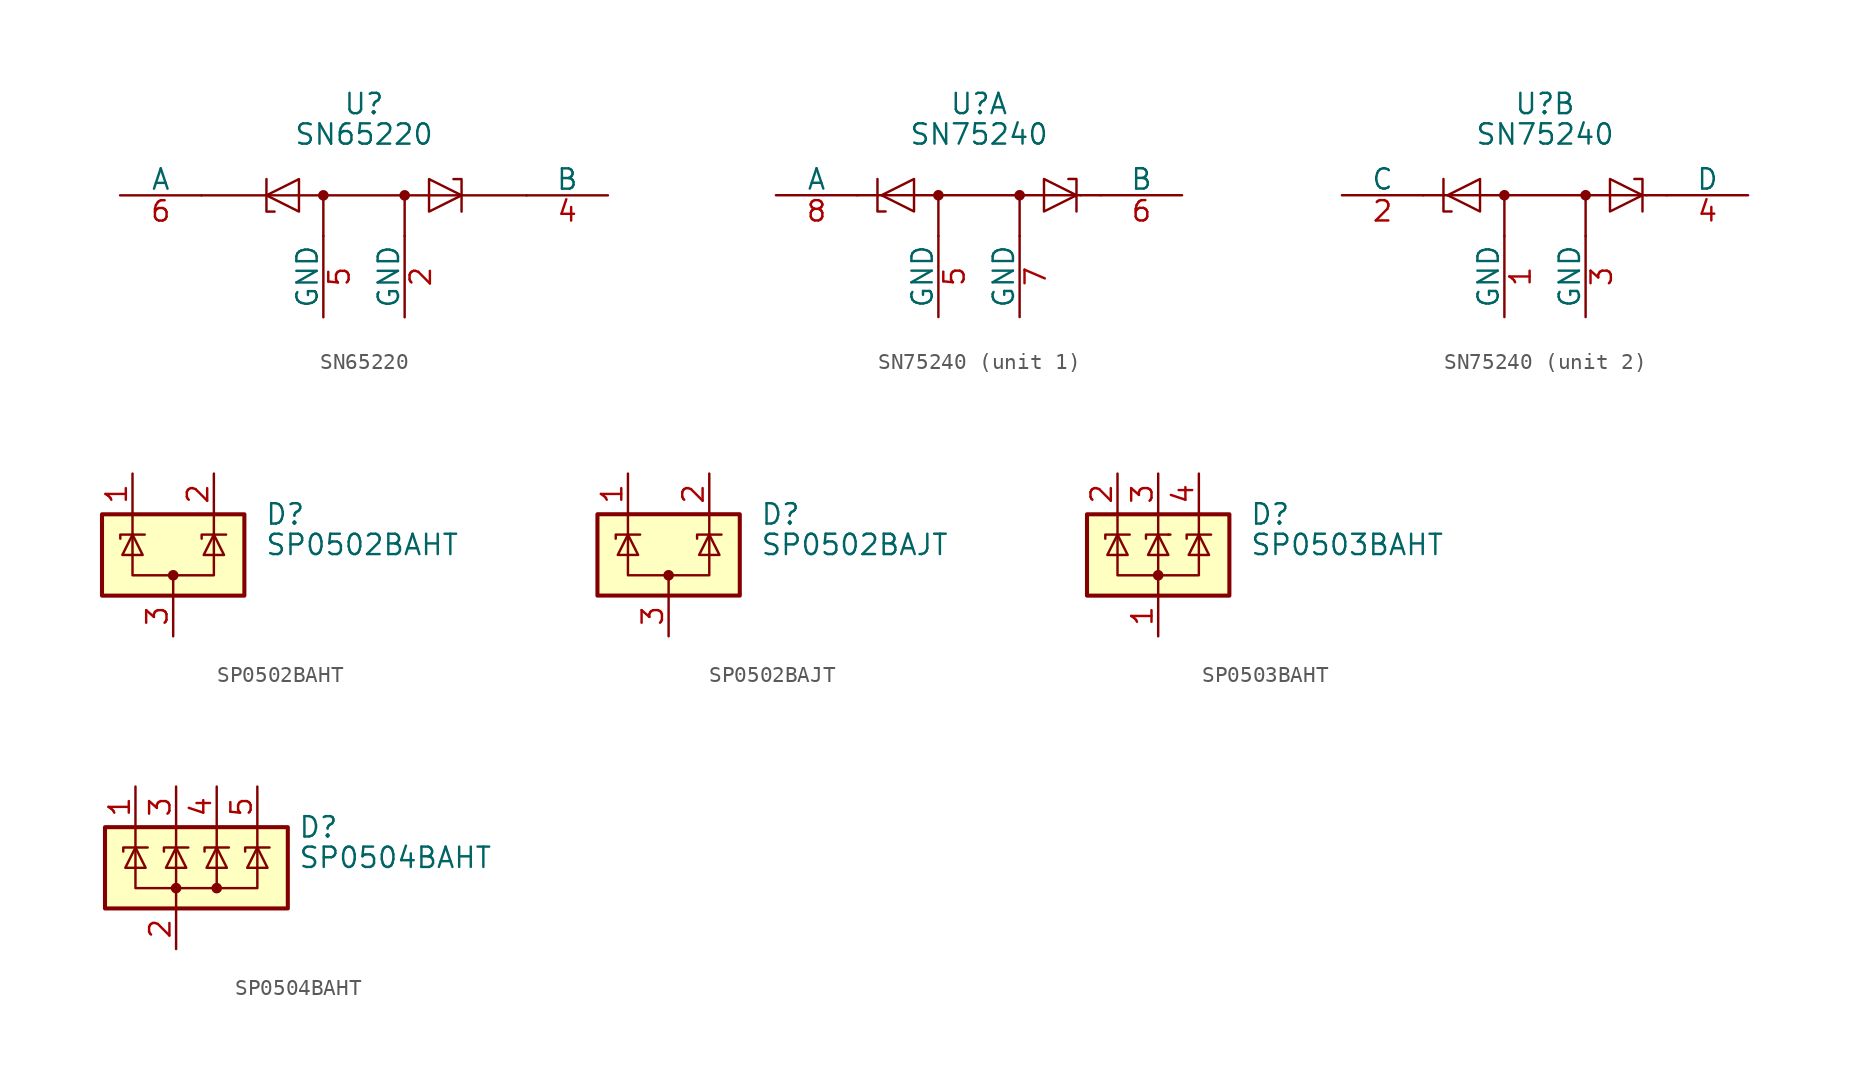
<source format=kicad_sym>
(kicad_symbol_lib
  (version 20241209)
  (generator "kicad_symbol_editor")
  (generator_version "9.0")
  (symbol "SN65220"
    (pin_names
      (offset 0))
    (property "Reference" "U"
      (at 0 5.715 0)
      (effects (font (size 1.27 1.27))))
    (property "Value" "SN65220"
      (at 0 3.81 0)
      (effects (font (size 1.27 1.27))))
    (symbol "SN65220_0_1"
      (polyline (pts (xy -6.096 0) (xy -4.064 1.016) (xy -4.064 -1.016) (xy -6.096 0)) (stroke (width 0) (type default)) (fill (type none)))
      (polyline (pts (xy -5.588 -1.016) (xy -6.096 -1.016) (xy -6.096 1.016)) (stroke (width 0) (type default)) (fill (type none)))
      (circle (center -2.54 0) (radius 0.254) (stroke (width 0) (type default)) (fill (type outline)))
      (polyline (pts (xy -2.54 -2.54) (xy -2.54 0)) (stroke (width 0) (type default)) (fill (type none)))
      (circle (center 2.54 0) (radius 0.254) (stroke (width 0) (type default)) (fill (type outline)))
      (polyline (pts (xy 2.54 -2.54) (xy 2.54 0)) (stroke (width 0) (type default)) (fill (type none)))
      (polyline (pts (xy 5.588 1.016) (xy 6.096 1.016) (xy 6.096 -1.016)) (stroke (width 0) (type default)) (fill (type none)))
      (polyline (pts (xy 6.096 0) (xy 4.064 1.016) (xy 4.064 -1.016) (xy 6.096 0)) (stroke (width 0) (type default)) (fill (type none)))
      (polyline (pts (xy 10.16 0) (xy -10.16 0)) (stroke (width 0) (type default)) (fill (type none))))
    (symbol "SN65220_1_1"
      (pin passive line (at -15.24 0 0) (length 5.08) (name "A" (effects (font (size 1.27 1.27)))) (number "6" (effects (font (size 1.27 1.27)))))
      (pin no_connect line (at -2.54 0 0) (length 2.54) (hide yes) (name "~" (effects (font (size 1.27 1.27)))) (number "3" (effects (font (size 1.27 1.27)))))
      (pin passive line (at -2.54 -7.62 90) (length 5.08) (name "GND" (effects (font (size 1.27 1.27)))) (number "5" (effects (font (size 1.27 1.27)))))
      (pin no_connect line (at 2.54 0 180) (length 2.54) (hide yes) (name "~" (effects (font (size 1.27 1.27)))) (number "1" (effects (font (size 1.27 1.27)))))
      (pin passive line (at 2.54 -7.62 90) (length 5.08) (name "GND" (effects (font (size 1.27 1.27)))) (number "2" (effects (font (size 1.27 1.27)))))
      (pin passive line (at 15.24 0 180) (length 5.08) (name "B" (effects (font (size 1.27 1.27)))) (number "4" (effects (font (size 1.27 1.27)))))))
  (symbol "SN75240"
    (pin_names
      (offset 0))
    (property "Reference" "U"
      (at 0 5.715 0)
      (effects (font (size 1.27 1.27))))
    (property "Value" "SN75240"
      (at 0 3.81 0)
      (effects (font (size 1.27 1.27))))
    (property "ki_locked" ""
      (at 0 0 0)
      (effects (font (size 1.27 1.27))))
    (symbol "SN75240_0_0"
      (polyline (pts (xy -7.62 0) (xy -6.35 0)) (stroke (width 0) (type default)) (fill (type none)))
      (polyline (pts (xy -6.35 0) (xy 6.35 0)) (stroke (width 0) (type default)) (fill (type none)))
      (polyline (pts (xy -6.096 0) (xy -4.064 1.016) (xy -4.064 -1.016) (xy -6.096 0)) (stroke (width 0) (type default)) (fill (type none)))
      (polyline (pts (xy -5.842 -1.016) (xy -6.35 -1.016) (xy -6.35 0.762) (xy -6.35 1.016)) (stroke (width 0) (type default)) (fill (type none)))
      (polyline (pts (xy -2.54 -2.54) (xy -2.54 0)) (stroke (width 0) (type default)) (fill (type none)))
      (polyline (pts (xy 2.54 -2.54) (xy 2.54 0)) (stroke (width 0) (type default)) (fill (type none)))
      (polyline (pts (xy 4.064 1.016) (xy 4.064 -1.016) (xy 6.096 0) (xy 4.064 1.016)) (stroke (width 0) (type default)) (fill (type none)))
      (polyline (pts (xy 6.096 -1.016) (xy 6.096 1.016) (xy 5.588 1.016)) (stroke (width 0) (type default)) (fill (type none)))
      (polyline (pts (xy 6.35 0) (xy 7.62 0)) (stroke (width 0) (type default)) (fill (type none))))
    (symbol "SN75240_0_1"
      (circle (center -2.54 0) (radius 0.254) (stroke (width 0) (type default)) (fill (type outline)))
      (circle (center 2.54 0) (radius 0.254) (stroke (width 0) (type default)) (fill (type outline))))
    (symbol "SN75240_1_1"
      (pin passive line (at -12.7 0 0) (length 5.08) (name "A" (effects (font (size 1.27 1.27)))) (number "8" (effects (font (size 1.27 1.27)))))
      (pin passive line (at -2.54 -7.62 90) (length 5.08) (name "GND" (effects (font (size 1.27 1.27)))) (number "5" (effects (font (size 1.27 1.27)))))
      (pin passive line (at 2.54 -7.62 90) (length 5.08) (name "GND" (effects (font (size 1.27 1.27)))) (number "7" (effects (font (size 1.27 1.27)))))
      (pin passive line (at 12.7 0 180) (length 5.08) (name "B" (effects (font (size 1.27 1.27)))) (number "6" (effects (font (size 1.27 1.27))))))
    (symbol "SN75240_2_1"
      (pin input line (at -12.7 0 0) (length 5.08) (name "C" (effects (font (size 1.27 1.27)))) (number "2" (effects (font (size 1.27 1.27)))))
      (pin power_in line (at -2.54 -7.62 90) (length 5.08) (name "GND" (effects (font (size 1.27 1.27)))) (number "1" (effects (font (size 1.27 1.27)))))
      (pin power_in line (at 2.54 -7.62 90) (length 5.08) (name "GND" (effects (font (size 1.27 1.27)))) (number "3" (effects (font (size 1.27 1.27)))))
      (pin input line (at 12.7 0 180) (length 5.08) (name "D" (effects (font (size 1.27 1.27)))) (number "4" (effects (font (size 1.27 1.27)))))))
  (symbol "SP0502BAHT"
    (pin_names
      (hide yes))
    (property "Reference" "D"
      (at 5.715 2.54 0)
      (effects (font (size 1.27 1.27)) (justify left)))
    (property "Value" "SP0502BAHT"
      (at 5.715 0.635 0)
      (effects (font (size 1.27 1.27)) (justify left)))
    (symbol "SP0502BAHT_0_0"
      (pin passive line (at 0 -5.08 90) (length 2.54) (name "A" (effects (font (size 1.27 1.27)))) (number "3" (effects (font (size 1.27 1.27))))))
    (symbol "SP0502BAHT_0_1"
      (rectangle (start -4.445 2.54) (end 4.445 -2.54) (stroke (width 0.254) (type default)) (fill (type background)))
      (polyline (pts (xy -3.302 1.016) (xy -3.302 1.27) (xy -1.905 1.27) (xy -1.778 1.27)) (stroke (width 0) (type default)) (fill (type none)))
      (polyline (pts (xy -2.54 2.54) (xy -2.54 1.27)) (stroke (width 0) (type default)) (fill (type none)))
      (polyline (pts (xy -2.54 1.27) (xy -2.54 -1.27) (xy 2.54 -1.27) (xy 2.54 1.27)) (stroke (width 0) (type default)) (fill (type none)))
      (polyline (pts (xy -2.54 1.27) (xy -1.905 0) (xy -3.175 0) (xy -2.54 1.27)) (stroke (width 0) (type default)) (fill (type none)))
      (polyline (pts (xy 0 -1.27) (xy 0 -2.54)) (stroke (width 0) (type default)) (fill (type none)))
      (circle (center 0 -1.27) (radius 0.254) (stroke (width 0) (type default)) (fill (type outline)))
      (polyline (pts (xy 1.778 1.016) (xy 1.778 1.27) (xy 3.175 1.27) (xy 3.302 1.27)) (stroke (width 0) (type default)) (fill (type none)))
      (polyline (pts (xy 2.54 2.54) (xy 2.54 1.27)) (stroke (width 0) (type default)) (fill (type none)))
      (polyline (pts (xy 2.54 1.27) (xy 1.905 0) (xy 3.175 0) (xy 2.54 1.27)) (stroke (width 0) (type default)) (fill (type none))))
    (symbol "SP0502BAHT_1_1"
      (pin passive line (at -2.54 5.08 270) (length 2.54) (name "K" (effects (font (size 1.27 1.27)))) (number "1" (effects (font (size 1.27 1.27)))))
      (pin passive line (at 2.54 5.08 270) (length 2.54) (name "K" (effects (font (size 1.27 1.27)))) (number "2" (effects (font (size 1.27 1.27)))))))
  (symbol "SP0502BAJT"
    (pin_names
      (hide yes))
    (property "Reference" "D"
      (at 5.715 2.54 0)
      (effects (font (size 1.27 1.27)) (justify left)))
    (property "Value" "SP0502BAJT"
      (at 5.715 0.635 0)
      (effects (font (size 1.27 1.27)) (justify left)))
    (symbol "SP0502BAJT_0_0"
      (pin passive line (at 0 -5.08 90) (length 2.54) (name "A" (effects (font (size 1.27 1.27)))) (number "3" (effects (font (size 1.27 1.27))))))
    (symbol "SP0502BAJT_0_1"
      (rectangle (start -4.445 2.54) (end 4.445 -2.54) (stroke (width 0.254) (type default)) (fill (type background)))
      (polyline (pts (xy -3.302 1.016) (xy -3.302 1.27) (xy -1.905 1.27) (xy -1.778 1.27)) (stroke (width 0) (type default)) (fill (type none)))
      (polyline (pts (xy -2.54 2.54) (xy -2.54 1.27)) (stroke (width 0) (type default)) (fill (type none)))
      (polyline (pts (xy -2.54 1.27) (xy -2.54 -1.27) (xy 2.54 -1.27) (xy 2.54 1.27)) (stroke (width 0) (type default)) (fill (type none)))
      (polyline (pts (xy -2.54 1.27) (xy -1.905 0) (xy -3.175 0) (xy -2.54 1.27)) (stroke (width 0) (type default)) (fill (type none)))
      (polyline (pts (xy 0 -1.27) (xy 0 -2.54)) (stroke (width 0) (type default)) (fill (type none)))
      (circle (center 0 -1.27) (radius 0.254) (stroke (width 0) (type default)) (fill (type outline)))
      (polyline (pts (xy 1.778 1.016) (xy 1.778 1.27) (xy 3.175 1.27) (xy 3.302 1.27)) (stroke (width 0) (type default)) (fill (type none)))
      (polyline (pts (xy 2.54 2.54) (xy 2.54 1.27)) (stroke (width 0) (type default)) (fill (type none)))
      (polyline (pts (xy 2.54 1.27) (xy 1.905 0) (xy 3.175 0) (xy 2.54 1.27)) (stroke (width 0) (type default)) (fill (type none))))
    (symbol "SP0502BAJT_1_1"
      (pin passive line (at -2.54 5.08 270) (length 2.54) (name "K" (effects (font (size 1.27 1.27)))) (number "1" (effects (font (size 1.27 1.27)))))
      (pin passive line (at 2.54 5.08 270) (length 2.54) (name "K" (effects (font (size 1.27 1.27)))) (number "2" (effects (font (size 1.27 1.27)))))))
  (symbol "SP0503BAHT"
    (pin_names
      (hide yes))
    (property "Reference" "D"
      (at 5.715 2.54 0)
      (effects (font (size 1.27 1.27)) (justify left)))
    (property "Value" "SP0503BAHT"
      (at 5.715 0.635 0)
      (effects (font (size 1.27 1.27)) (justify left)))
    (symbol "SP0503BAHT_0_0"
      (pin passive line (at 0 -5.08 90) (length 2.54) (name "A" (effects (font (size 1.27 1.27)))) (number "1" (effects (font (size 1.27 1.27))))))
    (symbol "SP0503BAHT_0_1"
      (rectangle (start -4.445 2.54) (end 4.445 -2.54) (stroke (width 0.254) (type default)) (fill (type background)))
      (polyline (pts (xy -3.302 1.016) (xy -3.302 1.27) (xy -1.905 1.27) (xy -1.778 1.27)) (stroke (width 0) (type default)) (fill (type none)))
      (polyline (pts (xy -2.54 2.54) (xy -2.54 1.27)) (stroke (width 0) (type default)) (fill (type none)))
      (polyline (pts (xy -2.54 1.27) (xy -2.54 -1.27) (xy 2.54 -1.27) (xy 2.54 1.27)) (stroke (width 0) (type default)) (fill (type none)))
      (polyline (pts (xy -2.54 1.27) (xy -1.905 0) (xy -3.175 0) (xy -2.54 1.27)) (stroke (width 0) (type default)) (fill (type none)))
      (polyline (pts (xy 0 2.54) (xy 0 1.27)) (stroke (width 0) (type default)) (fill (type none)))
      (polyline (pts (xy 0 -1.27) (xy 0 1.27)) (stroke (width 0) (type default)) (fill (type none)))
      (polyline (pts (xy 0 -1.27) (xy 0 -2.54)) (stroke (width 0) (type default)) (fill (type none)))
      (circle (center 0 -1.27) (radius 0.254) (stroke (width 0) (type default)) (fill (type outline)))
      (polyline (pts (xy 0.635 1.27) (xy 0.762 1.27)) (stroke (width 0) (type default)) (fill (type none)))
      (polyline (pts (xy 0.635 1.27) (xy -0.762 1.27) (xy -0.762 1.016)) (stroke (width 0) (type default)) (fill (type none)))
      (polyline (pts (xy 0.635 0) (xy -0.635 0) (xy 0 1.27) (xy 0.635 0)) (stroke (width 0) (type default)) (fill (type none)))
      (polyline (pts (xy 1.778 1.016) (xy 1.778 1.27) (xy 3.175 1.27) (xy 3.302 1.27)) (stroke (width 0) (type default)) (fill (type none)))
      (polyline (pts (xy 2.54 2.54) (xy 2.54 1.27)) (stroke (width 0) (type default)) (fill (type none)))
      (polyline (pts (xy 2.54 1.27) (xy 1.905 0) (xy 3.175 0) (xy 2.54 1.27)) (stroke (width 0) (type default)) (fill (type none))))
    (symbol "SP0503BAHT_1_1"
      (pin passive line (at -2.54 5.08 270) (length 2.54) (name "K" (effects (font (size 1.27 1.27)))) (number "2" (effects (font (size 1.27 1.27)))))
      (pin passive line (at 0 5.08 270) (length 2.54) (name "K" (effects (font (size 1.27 1.27)))) (number "3" (effects (font (size 1.27 1.27)))))
      (pin passive line (at 2.54 5.08 270) (length 2.54) (name "K" (effects (font (size 1.27 1.27)))) (number "4" (effects (font (size 1.27 1.27)))))))
  (symbol "SP0504BAHT"
    (pin_names
      (hide yes))
    (property "Reference" "D"
      (at 7.62 2.54 0)
      (effects (font (size 1.27 1.27)) (justify left)))
    (property "Value" "SP0504BAHT"
      (at 7.62 0.635 0)
      (effects (font (size 1.27 1.27)) (justify left)))
    (symbol "SP0504BAHT_0_0"
      (pin passive line (at 0 -5.08 90) (length 2.54) (name "A" (effects (font (size 1.27 1.27)))) (number "2" (effects (font (size 1.27 1.27))))))
    (symbol "SP0504BAHT_0_1"
      (rectangle (start -4.445 2.54) (end 6.985 -2.54) (stroke (width 0.254) (type default)) (fill (type background)))
      (polyline (pts (xy -3.302 1.016) (xy -3.302 1.27) (xy -1.778 1.27)) (stroke (width 0) (type default)) (fill (type none)))
      (polyline (pts (xy -2.54 2.54) (xy -2.54 1.27)) (stroke (width 0) (type default)) (fill (type none)))
      (polyline (pts (xy -2.54 1.27) (xy -2.54 -1.27) (xy 2.54 -1.27) (xy 2.54 1.27)) (stroke (width 0) (type default)) (fill (type none)))
      (polyline (pts (xy -2.54 1.27) (xy -1.905 0) (xy -3.175 0) (xy -2.54 1.27)) (stroke (width 0) (type default)) (fill (type none)))
      (polyline (pts (xy 0 2.54) (xy 0 1.27)) (stroke (width 0) (type default)) (fill (type none)))
      (polyline (pts (xy 0 -1.27) (xy 0 1.27)) (stroke (width 0) (type default)) (fill (type none)))
      (polyline (pts (xy 0 -1.27) (xy 0 -2.54)) (stroke (width 0) (type default)) (fill (type none)))
      (circle (center 0 -1.27) (radius 0.254) (stroke (width 0) (type default)) (fill (type outline)))
      (polyline (pts (xy 0.635 0) (xy -0.635 0) (xy 0 1.27) (xy 0.635 0)) (stroke (width 0) (type default)) (fill (type none)))
      (polyline (pts (xy 0.762 1.27) (xy -0.762 1.27) (xy -0.762 1.016)) (stroke (width 0) (type default)) (fill (type none)))
      (polyline (pts (xy 1.778 1.016) (xy 1.778 1.27) (xy 3.175 1.27) (xy 3.302 1.27)) (stroke (width 0) (type default)) (fill (type none)))
      (polyline (pts (xy 2.54 2.54) (xy 2.54 1.27)) (stroke (width 0) (type default)) (fill (type none)))
      (polyline (pts (xy 2.54 1.27) (xy 1.905 0) (xy 3.175 0) (xy 2.54 1.27)) (stroke (width 0) (type default)) (fill (type none)))
      (circle (center 2.54 -1.27) (radius 0.254) (stroke (width 0) (type default)) (fill (type outline)))
      (polyline (pts (xy 4.318 1.016) (xy 4.318 1.27) (xy 5.715 1.27) (xy 5.842 1.27)) (stroke (width 0) (type default)) (fill (type none)))
      (polyline (pts (xy 5.08 2.54) (xy 5.08 1.27)) (stroke (width 0) (type default)) (fill (type none)))
      (polyline (pts (xy 5.08 1.27) (xy 5.08 -1.27) (xy 2.54 -1.27)) (stroke (width 0) (type default)) (fill (type none)))
      (polyline (pts (xy 5.08 1.27) (xy 4.445 0) (xy 5.715 0) (xy 5.08 1.27)) (stroke (width 0) (type default)) (fill (type none))))
    (symbol "SP0504BAHT_1_1"
      (pin passive line (at -2.54 5.08 270) (length 2.54) (name "K" (effects (font (size 1.27 1.27)))) (number "1" (effects (font (size 1.27 1.27)))))
      (pin passive line (at 0 5.08 270) (length 2.54) (name "K" (effects (font (size 1.27 1.27)))) (number "3" (effects (font (size 1.27 1.27)))))
      (pin passive line (at 2.54 5.08 270) (length 2.54) (name "K" (effects (font (size 1.27 1.27)))) (number "4" (effects (font (size 1.27 1.27)))))
      (pin passive line (at 5.08 5.08 270) (length 2.54) (name "K" (effects (font (size 1.27 1.27)))) (number "5" (effects (font (size 1.27 1.27))))))))
</source>
